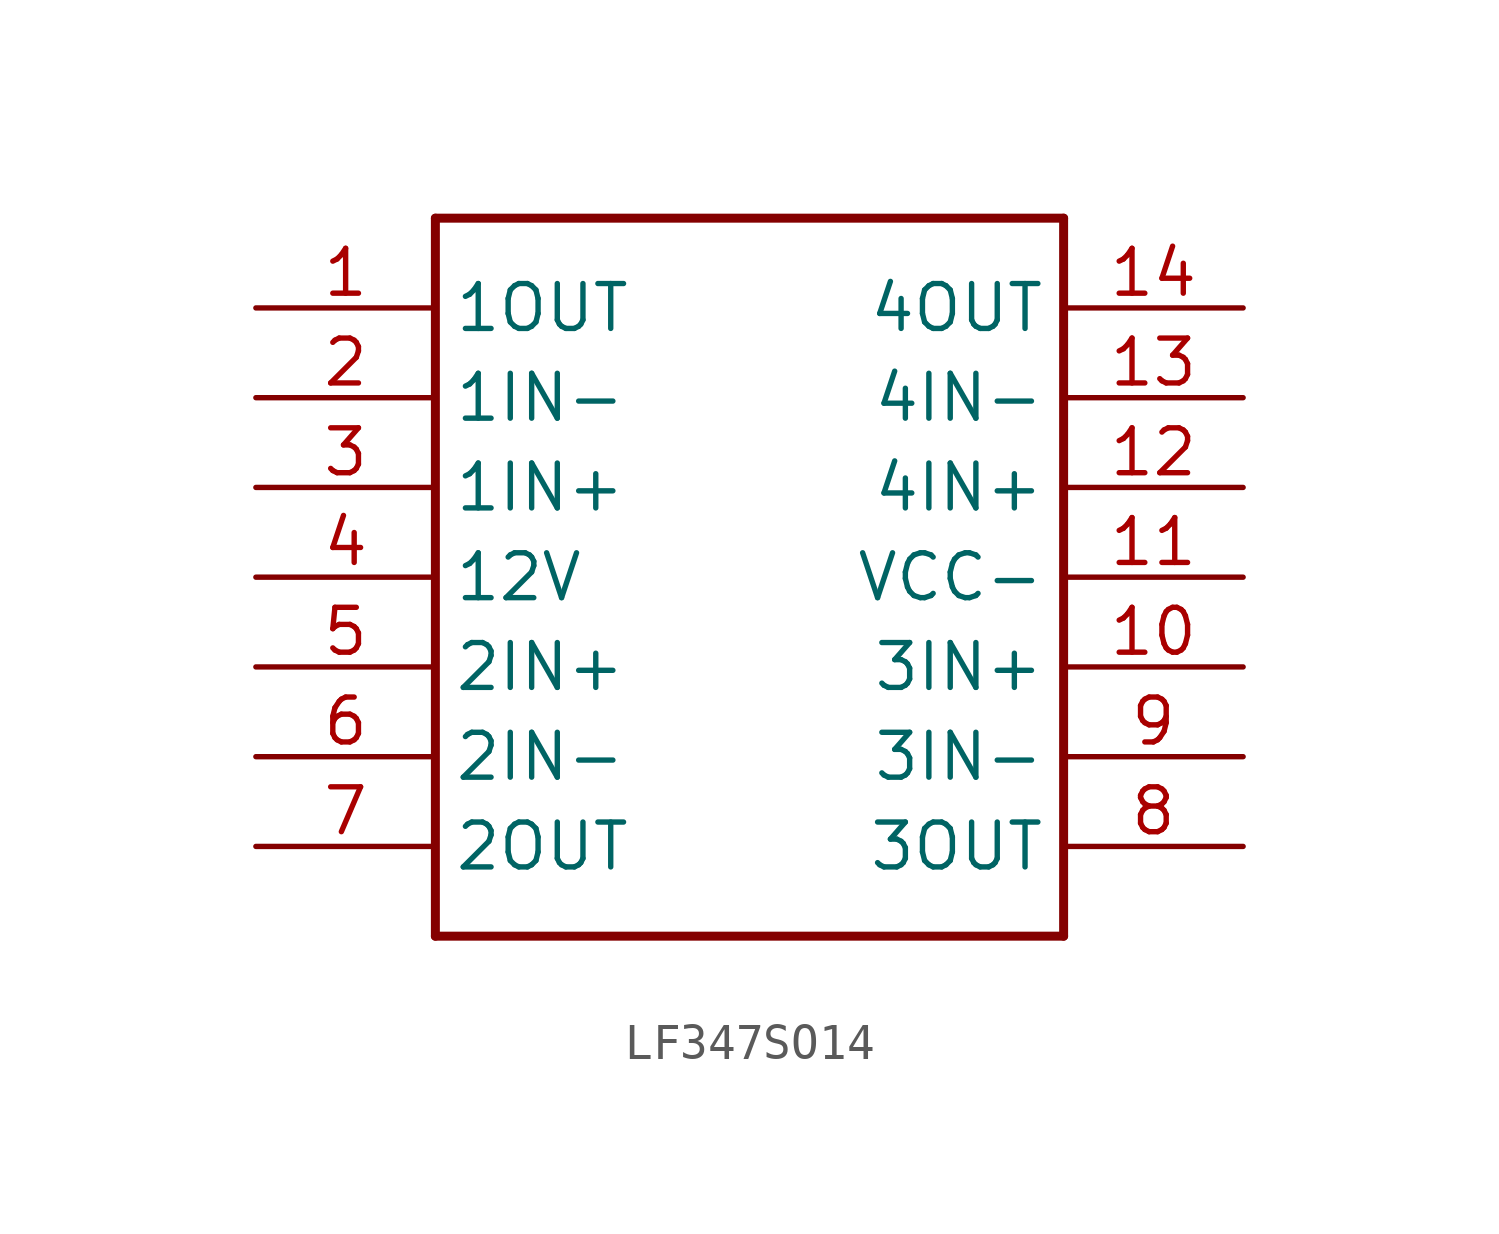
<source format=kicad_sym>
(kicad_symbol_lib
  (version 20220914)
  (generator kicad_symbol_editor)
  (symbol "LF347SO14"
    (property "Reference" ""
      (at 0 0 0)
      (effects (font (size 1.27 1.27)) hide))
    (property "ki_locked" ""
      (at 0 0 0)
      (effects (font (size 1.27 1.27))))
    (symbol "LF347SO14_1_0"
      (polyline (pts (xy -10.16 -2.54) (xy -10.16 17.78)) (stroke (width 0.254) (type default)) (fill (type none)))
      (polyline (pts (xy -10.16 17.78) (xy 7.62 17.78)) (stroke (width 0.254) (type default)) (fill (type none)))
      (polyline (pts (xy 7.62 -2.54) (xy -10.16 -2.54)) (stroke (width 0.254) (type default)) (fill (type none)))
      (polyline (pts (xy 7.62 17.78) (xy 7.62 -2.54)) (stroke (width 0.254) (type default)) (fill (type none)))
      (pin bidirectional line (at -15.24 15.24 0) (length 5.08) (name "1OUT" (effects (font (size 1.27 1.27)))) (number "1" (effects (font (size 1.27 1.27)))))
      (pin bidirectional line (at 12.7 5.08 180) (length 5.08) (name "3IN+" (effects (font (size 1.27 1.27)))) (number "10" (effects (font (size 1.27 1.27)))))
      (pin bidirectional line (at 12.7 7.62 180) (length 5.08) (name "VCC-" (effects (font (size 1.27 1.27)))) (number "11" (effects (font (size 1.27 1.27)))))
      (pin bidirectional line (at 12.7 10.16 180) (length 5.08) (name "4IN+" (effects (font (size 1.27 1.27)))) (number "12" (effects (font (size 1.27 1.27)))))
      (pin bidirectional line (at 12.7 12.7 180) (length 5.08) (name "4IN-" (effects (font (size 1.27 1.27)))) (number "13" (effects (font (size 1.27 1.27)))))
      (pin bidirectional line (at 12.7 15.24 180) (length 5.08) (name "4OUT" (effects (font (size 1.27 1.27)))) (number "14" (effects (font (size 1.27 1.27)))))
      (pin bidirectional line (at -15.24 12.7 0) (length 5.08) (name "1IN-" (effects (font (size 1.27 1.27)))) (number "2" (effects (font (size 1.27 1.27)))))
      (pin bidirectional line (at -15.24 10.16 0) (length 5.08) (name "1IN+" (effects (font (size 1.27 1.27)))) (number "3" (effects (font (size 1.27 1.27)))))
      (pin bidirectional line (at -15.24 7.62 0) (length 5.08) (name "12V" (effects (font (size 1.27 1.27)))) (number "4" (effects (font (size 1.27 1.27)))))
      (pin bidirectional line (at -15.24 5.08 0) (length 5.08) (name "2IN+" (effects (font (size 1.27 1.27)))) (number "5" (effects (font (size 1.27 1.27)))))
      (pin bidirectional line (at -15.24 2.54 0) (length 5.08) (name "2IN-" (effects (font (size 1.27 1.27)))) (number "6" (effects (font (size 1.27 1.27)))))
      (pin bidirectional line (at -15.24 0 0) (length 5.08) (name "2OUT" (effects (font (size 1.27 1.27)))) (number "7" (effects (font (size 1.27 1.27)))))
      (pin bidirectional line (at 12.7 0 180) (length 5.08) (name "3OUT" (effects (font (size 1.27 1.27)))) (number "8" (effects (font (size 1.27 1.27)))))
      (pin bidirectional line (at 12.7 2.54 180) (length 5.08) (name "3IN-" (effects (font (size 1.27 1.27)))) (number "9" (effects (font (size 1.27 1.27))))))))
</source>
